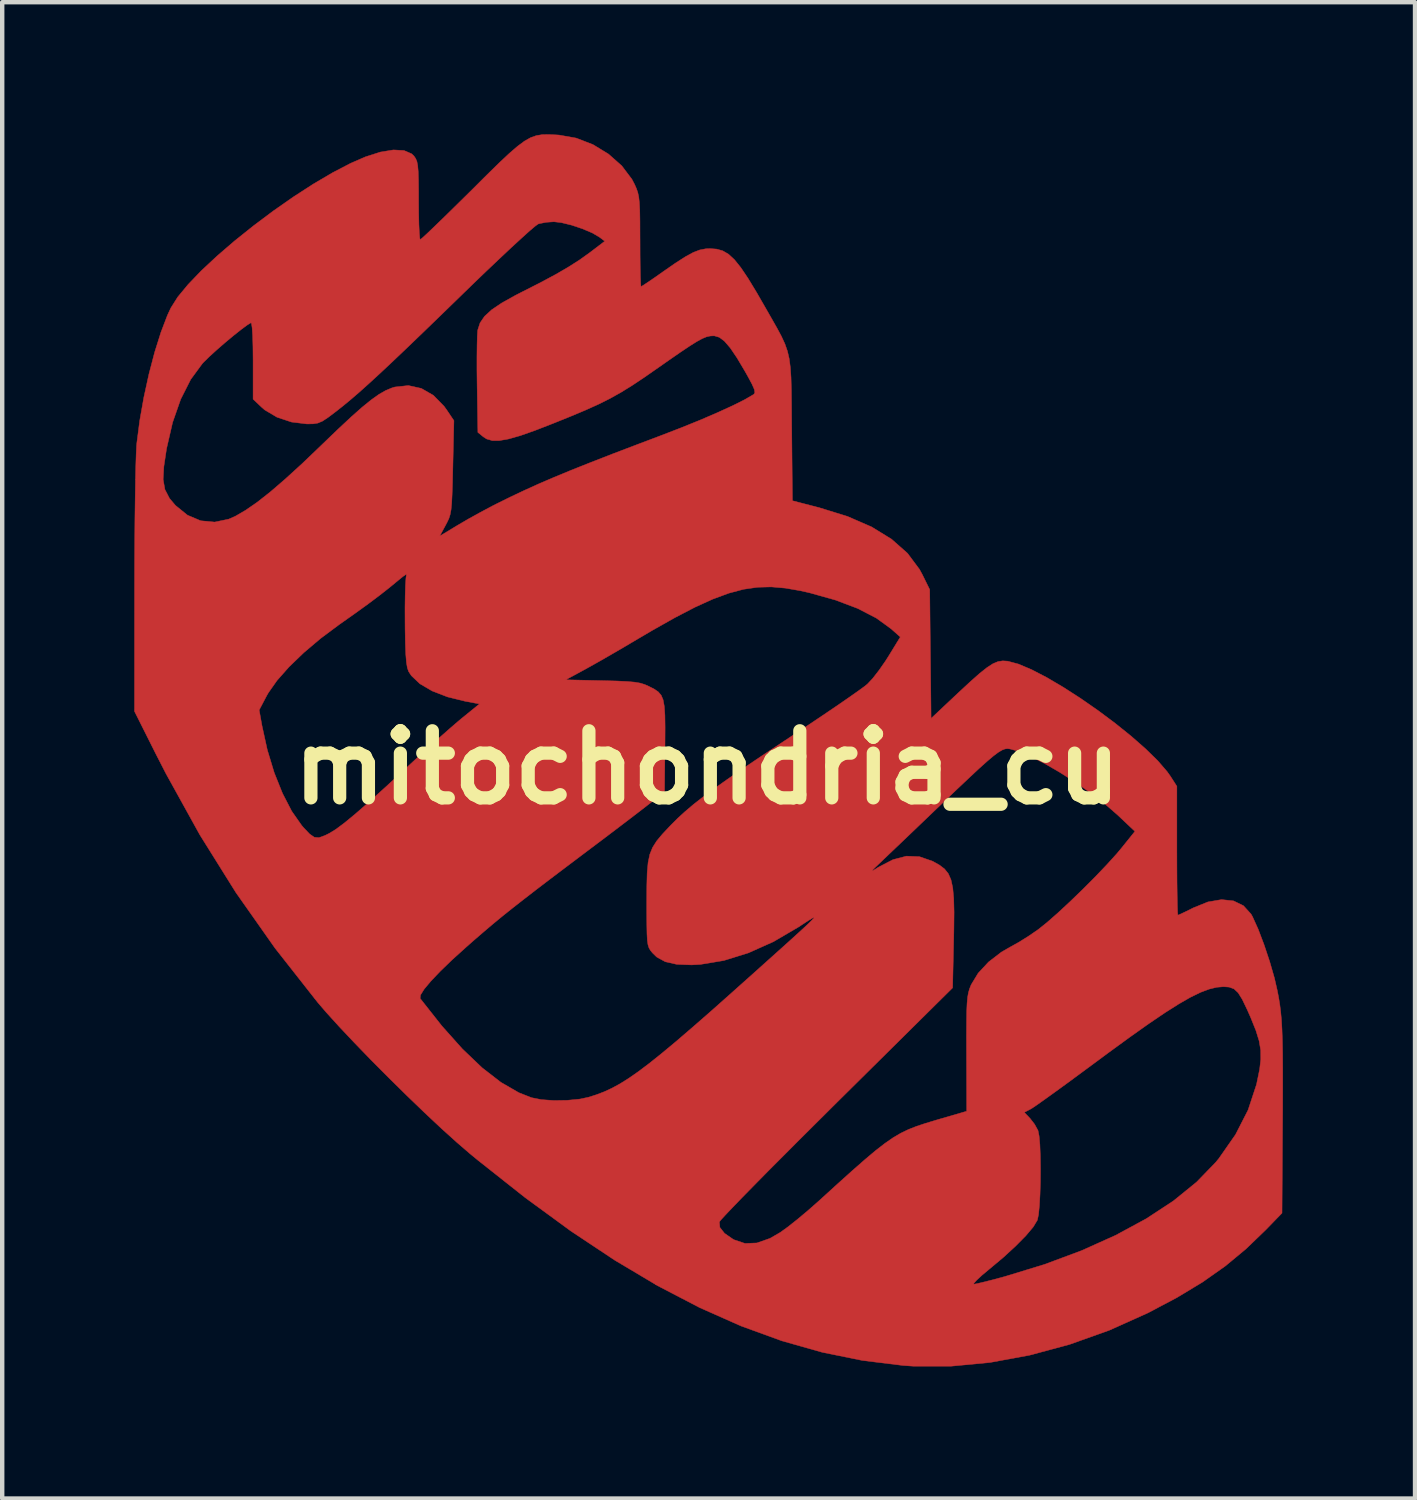
<source format=kicad_pcb>
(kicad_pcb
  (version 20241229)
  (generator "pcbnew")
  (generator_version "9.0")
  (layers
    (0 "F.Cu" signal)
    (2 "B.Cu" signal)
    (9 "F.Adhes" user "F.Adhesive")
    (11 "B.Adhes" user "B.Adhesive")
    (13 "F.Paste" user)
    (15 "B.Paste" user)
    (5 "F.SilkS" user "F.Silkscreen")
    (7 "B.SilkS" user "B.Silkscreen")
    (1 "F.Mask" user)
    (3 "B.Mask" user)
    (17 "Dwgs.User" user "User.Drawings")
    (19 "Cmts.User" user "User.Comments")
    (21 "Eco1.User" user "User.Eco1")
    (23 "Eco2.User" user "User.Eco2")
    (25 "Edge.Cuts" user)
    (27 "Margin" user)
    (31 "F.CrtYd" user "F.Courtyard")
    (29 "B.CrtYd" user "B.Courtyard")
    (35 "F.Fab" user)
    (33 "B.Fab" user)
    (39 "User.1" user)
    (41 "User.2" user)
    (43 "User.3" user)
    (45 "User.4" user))
  (footprint "mitochondria_cu"
    (layer "F.Cu")
    (at 13.01 14.381)
    (property "Reference" "mitochondria_cu" (at 0 0 0) (layer "F.SilkS") (effects (font (size 1.524 1.524) (thickness 0.3))))
    (attr through_hole)
    (fp_poly (pts (xy -3.432 -14.368) (xy -3.365 -14.364) (xy -2.974 -14.295) (xy -2.592 -14.147) (xy -2.241 -13.933) (xy -1.939 -13.666) (xy -1.709 -13.361) (xy -1.648 -13.244) (xy -1.606 -13.149) (xy -1.575 -13.059) (xy -1.553 -12.957) (xy -1.539 -12.827) (xy -1.53 -12.651) (xy -1.526 -12.413) (xy -1.525 -12.096) (xy -1.524 -11.951) (xy -1.523 -11.64) (xy -1.52 -11.367) (xy -1.516 -11.146) (xy -1.51 -10.994) (xy -1.503 -10.925) (xy -1.501 -10.922) (xy -1.453 -10.95) (xy -1.34 -11.025) (xy -1.179 -11.135) (xy -1.006 -11.257) (xy -0.718 -11.457) (xy -0.493 -11.601) (xy -0.315 -11.698) (xy -0.166 -11.755) (xy -0.03 -11.781) (xy 0.061 -11.785) (xy 0.216 -11.774) (xy 0.354 -11.735) (xy 0.486 -11.658) (xy 0.619 -11.535) (xy 0.764 -11.355) (xy 0.929 -11.11) (xy 1.123 -10.79) (xy 1.294 -10.493) (xy 1.455 -10.212) (xy 1.585 -9.983) (xy 1.688 -9.791) (xy 1.766 -9.621) (xy 1.823 -9.458) (xy 1.863 -9.287) (xy 1.889 -9.093) (xy 1.905 -8.861) (xy 1.913 -8.575) (xy 1.917 -8.22) (xy 1.92 -7.782) (xy 1.921 -7.691) (xy 1.937 -6.059) (xy 2.547 -5.901) (xy 3.187 -5.703) (xy 3.734 -5.465) (xy 4.188 -5.186) (xy 4.551 -4.865) (xy 4.821 -4.503) (xy 4.889 -4.378) (xy 5.055 -4.041) (xy 5.086 -1.115) (xy 5.695 -1.688) (xy 5.97 -1.943) (xy 6.186 -2.135) (xy 6.356 -2.27) (xy 6.492 -2.358) (xy 6.607 -2.406) (xy 6.714 -2.422) (xy 6.825 -2.415) (xy 6.833 -2.413) (xy 7.072 -2.349) (xy 7.371 -2.222) (xy 7.714 -2.044) (xy 8.089 -1.823) (xy 8.482 -1.57) (xy 8.879 -1.294) (xy 9.266 -1.005) (xy 9.63 -0.712) (xy 9.957 -0.425) (xy 10.234 -0.154) (xy 10.446 0.092) (xy 10.523 0.2) (xy 10.668 0.426) (xy 10.668 1.89) (xy 10.669 2.263) (xy 10.671 2.602) (xy 10.675 2.892) (xy 10.679 3.122) (xy 10.684 3.279) (xy 10.69 3.35) (xy 10.692 3.353) (xy 10.746 3.331) (xy 10.865 3.275) (xy 11.024 3.196) (xy 11.035 3.19) (xy 11.373 3.053) (xy 11.683 3) (xy 11.955 3.029) (xy 12.181 3.139) (xy 12.353 3.329) (xy 12.387 3.389) (xy 12.516 3.675) (xy 12.649 4.026) (xy 12.775 4.404) (xy 12.882 4.775) (xy 12.947 5.057) (xy 12.979 5.221) (xy 13.005 5.38) (xy 13.026 5.546) (xy 13.043 5.728) (xy 13.055 5.937) (xy 13.064 6.185) (xy 13.07 6.482) (xy 13.072 6.839) (xy 13.072 7.267) (xy 13.071 7.776) (xy 13.067 8.299) (xy 13.056 10.12) (xy 12.687 10.5) (xy 12.238 10.933) (xy 11.765 11.325) (xy 11.25 11.688) (xy 10.672 12.037) (xy 10.014 12.385) (xy 10.006 12.389) (xy 9.131 12.782) (xy 8.233 13.102) (xy 7.325 13.347) (xy 6.423 13.513) (xy 5.539 13.597) (xy 4.687 13.597) (xy 4.445 13.58) (xy 3.528 13.467) (xy 2.613 13.281) (xy 1.696 13.021) (xy 0.77 12.684) (xy -0.167 12.268) (xy -1.122 11.771) (xy -1.182 11.735) (xy 6.057 11.735) (xy 6.131 11.722) (xy 6.282 11.686) (xy 6.489 11.634) (xy 6.73 11.569) (xy 6.76 11.561) (xy 7.666 11.284) (xy 8.508 10.97) (xy 9.279 10.623) (xy 9.975 10.246) (xy 10.589 9.843) (xy 11.115 9.416) (xy 11.548 8.969) (xy 11.62 8.882) (xy 12 8.337) (xy 12.285 7.78) (xy 12.477 7.198) (xy 12.548 6.853) (xy 12.574 6.628) (xy 12.572 6.421) (xy 12.537 6.211) (xy 12.463 5.972) (xy 12.346 5.681) (xy 12.265 5.498) (xy 12.154 5.267) (xy 12.06 5.116) (xy 11.966 5.028) (xy 11.856 4.987) (xy 11.727 4.978) (xy 11.572 4.991) (xy 11.401 5.033) (xy 11.204 5.107) (xy 10.976 5.218) (xy 10.71 5.371) (xy 10.397 5.569) (xy 10.031 5.817) (xy 9.605 6.119) (xy 9.111 6.479) (xy 8.833 6.685) (xy 8.504 6.928) (xy 8.196 7.155) (xy 7.918 7.357) (xy 7.683 7.526) (xy 7.501 7.655) (xy 7.383 7.735) (xy 7.348 7.756) (xy 7.203 7.832) (xy 7.332 7.967) (xy 7.437 8.102) (xy 7.513 8.241) (xy 7.515 8.246) (xy 7.539 8.366) (xy 7.557 8.564) (xy 7.567 8.818) (xy 7.571 9.107) (xy 7.569 9.407) (xy 7.56 9.696) (xy 7.546 9.952) (xy 7.526 10.154) (xy 7.5 10.278) (xy 7.497 10.284) (xy 7.405 10.436) (xy 7.238 10.634) (xy 7.007 10.868) (xy 6.724 11.128) (xy 6.406 11.394) (xy 6.242 11.531) (xy 6.122 11.642) (xy 6.058 11.714) (xy 6.057 11.735) (xy -1.182 11.735) (xy -2.098 11.19) (xy -3.1 10.524) (xy -3.378 10.32) (xy 0.277 10.32) (xy 0.289 10.445) (xy 0.395 10.579) (xy 0.591 10.715) (xy 0.61 10.725) (xy 0.86 10.809) (xy 1.131 10.798) (xy 1.429 10.693) (xy 1.662 10.558) (xy 1.831 10.436) (xy 2.047 10.265) (xy 2.285 10.066) (xy 2.519 9.86) (xy 2.558 9.825) (xy 2.961 9.458) (xy 3.3 9.153) (xy 3.585 8.903) (xy 3.826 8.7) (xy 4.035 8.538) (xy 4.221 8.409) (xy 4.396 8.306) (xy 4.569 8.222) (xy 4.751 8.15) (xy 4.953 8.083) (xy 5.184 8.013) (xy 5.235 7.998) (xy 5.895 7.806) (xy 5.891 6.497) (xy 5.89 6.095) (xy 5.892 5.78) (xy 5.895 5.54) (xy 5.903 5.359) (xy 5.915 5.223) (xy 5.933 5.119) (xy 5.957 5.033) (xy 5.989 4.951) (xy 5.997 4.932) (xy 6.155 4.671) (xy 6.391 4.417) (xy 6.683 4.192) (xy 6.89 4.073) (xy 7.086 3.964) (xy 7.312 3.822) (xy 7.518 3.68) (xy 7.717 3.521) (xy 7.964 3.304) (xy 8.242 3.046) (xy 8.534 2.764) (xy 8.82 2.477) (xy 9.082 2.202) (xy 9.304 1.957) (xy 9.41 1.83) (xy 9.716 1.45) (xy 9.324 1.08) (xy 9.042 0.834) (xy 8.717 0.583) (xy 8.366 0.337) (xy 8.007 0.108) (xy 7.658 -0.094) (xy 7.335 -0.257) (xy 7.056 -0.373) (xy 6.877 -0.422) (xy 6.822 -0.429) (xy 6.765 -0.422) (xy 6.699 -0.397) (xy 6.615 -0.347) (xy 6.506 -0.266) (xy 6.365 -0.147) (xy 6.184 0.015) (xy 5.956 0.228) (xy 5.672 0.496) (xy 5.325 0.827) (xy 5.188 0.958) (xy 4.909 1.225) (xy 4.641 1.482) (xy 4.396 1.716) (xy 4.187 1.915) (xy 4.027 2.068) (xy 3.937 2.154) (xy 3.806 2.279) (xy 3.746 2.341) (xy 3.753 2.348) (xy 3.824 2.306) (xy 3.886 2.266) (xy 4.219 2.093) (xy 4.527 2.013) (xy 4.823 2.025) (xy 5.119 2.128) (xy 5.131 2.134) (xy 5.277 2.216) (xy 5.391 2.303) (xy 5.477 2.41) (xy 5.538 2.549) (xy 5.578 2.732) (xy 5.6 2.972) (xy 5.608 3.283) (xy 5.604 3.676) (xy 5.6 3.886) (xy 5.575 5.004) (xy 2.942 7.611) (xy 2.512 8.039) (xy 2.102 8.447) (xy 1.72 8.83) (xy 1.369 9.182) (xy 1.058 9.498) (xy 0.79 9.771) (xy 0.573 9.996) (xy 0.411 10.167) (xy 0.31 10.277) (xy 0.277 10.32) (xy -3.378 10.32) (xy -4.132 9.769) (xy -5.2 8.924) (xy -5.385 8.772) (xy -5.683 8.515) (xy -6.031 8.201) (xy -6.414 7.842) (xy -6.818 7.453) (xy -7.229 7.048) (xy -7.632 6.643) (xy -8.013 6.249) (xy -8.358 5.883) (xy -8.653 5.558) (xy -8.845 5.334) (xy -8.916 5.244) (xy -6.519 5.244) (xy -6.517 5.246) (xy -6.027 5.867) (xy -5.559 6.391) (xy -5.112 6.818) (xy -4.685 7.149) (xy -4.277 7.385) (xy -3.99 7.498) (xy -3.765 7.543) (xy -3.48 7.563) (xy -3.175 7.558) (xy -2.888 7.53) (xy -2.689 7.487) (xy -2.511 7.43) (xy -2.338 7.364) (xy -2.163 7.283) (xy -1.979 7.183) (xy -1.78 7.058) (xy -1.56 6.905) (xy -1.311 6.717) (xy -1.028 6.49) (xy -0.703 6.22) (xy -0.331 5.9) (xy 0.096 5.527) (xy 0.583 5.094) (xy 1.137 4.599) (xy 1.199 4.543) (xy 1.567 4.213) (xy 1.864 3.946) (xy 2.093 3.738) (xy 2.26 3.584) (xy 2.368 3.48) (xy 2.423 3.422) (xy 2.427 3.404) (xy 2.386 3.423) (xy 2.303 3.473) (xy 2.184 3.551) (xy 2.068 3.627) (xy 1.506 3.956) (xy 0.938 4.21) (xy 0.378 4.384) (xy -0.159 4.473) (xy -0.356 4.483) (xy -0.692 4.47) (xy -0.951 4.411) (xy -1.146 4.304) (xy -1.243 4.209) (xy -1.287 4.154) (xy -1.32 4.099) (xy -1.343 4.028) (xy -1.358 3.927) (xy -1.366 3.779) (xy -1.37 3.57) (xy -1.372 3.283) (xy -1.372 3.067) (xy -1.37 2.687) (xy -1.362 2.39) (xy -1.341 2.158) (xy -1.302 1.972) (xy -1.239 1.816) (xy -1.146 1.669) (xy -1.018 1.515) (xy -0.848 1.334) (xy -0.818 1.303) (xy -0.668 1.153) (xy -0.504 1.003) (xy -0.318 0.845) (xy -0.101 0.674) (xy 0.157 0.483) (xy 0.463 0.266) (xy 0.826 0.016) (xy 1.255 -0.273) (xy 1.76 -0.607) (xy 1.935 -0.723) (xy 2.294 -0.961) (xy 2.634 -1.189) (xy 2.944 -1.399) (xy 3.212 -1.584) (xy 3.427 -1.735) (xy 3.577 -1.844) (xy 3.642 -1.897) (xy 3.76 -2.023) (xy 3.903 -2.207) (xy 4.05 -2.418) (xy 4.117 -2.523) (xy 4.387 -2.964) (xy 4.179 -3.149) (xy 3.845 -3.392) (xy 3.42 -3.612) (xy 2.912 -3.804) (xy 2.33 -3.967) (xy 2.118 -4.015) (xy 1.779 -4.074) (xy 1.459 -4.102) (xy 1.145 -4.094) (xy 0.827 -4.048) (xy 0.492 -3.959) (xy 0.129 -3.825) (xy -0.274 -3.642) (xy -0.728 -3.406) (xy -1.245 -3.115) (xy -1.573 -2.922) (xy -1.865 -2.749) (xy -2.162 -2.576) (xy -2.44 -2.416) (xy -2.673 -2.285) (xy -2.787 -2.222) (xy -3.212 -1.992) (xy -2.381 -1.973) (xy -2.061 -1.965) (xy -1.824 -1.954) (xy -1.651 -1.939) (xy -1.521 -1.917) (xy -1.417 -1.885) (xy -1.321 -1.842) (xy -1.201 -1.781) (xy -1.111 -1.719) (xy -1.045 -1.643) (xy -1 -1.538) (xy -0.973 -1.391) (xy -0.959 -1.187) (xy -0.955 -0.912) (xy -0.957 -0.552) (xy -0.958 -0.483) (xy -0.968 0.533) (xy -1.132 0.679) (xy -1.21 0.743) (xy -1.36 0.86) (xy -1.569 1.022) (xy -1.828 1.22) (xy -2.125 1.446) (xy -2.451 1.692) (xy -2.718 1.893) (xy -3.181 2.242) (xy -3.574 2.539) (xy -3.907 2.793) (xy -4.192 3.014) (xy -4.441 3.209) (xy -4.663 3.387) (xy -4.87 3.558) (xy -5.074 3.731) (xy -5.285 3.913) (xy -5.471 4.077) (xy -5.792 4.367) (xy -6.062 4.628) (xy -6.276 4.853) (xy -6.427 5.034) (xy -6.51 5.167) (xy -6.519 5.244) (xy -8.916 5.244) (xy -9.813 4.103) (xy -10.702 2.84) (xy -11.523 1.526) (xy -12.289 0.142) (xy -12.526 -0.32) (xy -13.005 -1.275) (xy -13.005 -1.306) (xy -10.174 -1.306) (xy -10.109 -0.945) (xy -9.989 -0.399) (xy -9.832 0.118) (xy -9.644 0.587) (xy -9.434 0.993) (xy -9.207 1.317) (xy -9.166 1.365) (xy -9.028 1.51) (xy -8.922 1.584) (xy -8.816 1.593) (xy -8.68 1.544) (xy -8.577 1.493) (xy -8.434 1.405) (xy -8.239 1.26) (xy -7.988 1.053) (xy -7.677 0.782) (xy -7.303 0.444) (xy -6.898 0.069) (xy -6.618 -0.19) (xy -6.336 -0.448) (xy -6.068 -0.688) (xy -5.832 -0.896) (xy -5.646 -1.056) (xy -5.584 -1.108) (xy -5.17 -1.444) (xy -5.493 -1.504) (xy -5.898 -1.604) (xy -6.246 -1.739) (xy -6.524 -1.902) (xy -6.719 -2.087) (xy -6.78 -2.181) (xy -6.808 -2.26) (xy -6.829 -2.384) (xy -6.844 -2.566) (xy -6.854 -2.819) (xy -6.86 -3.155) (xy -6.861 -3.317) (xy -6.862 -3.628) (xy -6.858 -3.906) (xy -6.851 -4.134) (xy -6.841 -4.296) (xy -6.83 -4.375) (xy -6.828 -4.378) (xy -6.841 -4.385) (xy -6.913 -4.335) (xy -7.013 -4.253) (xy -7.218 -4.084) (xy -7.44 -3.91) (xy -7.694 -3.719) (xy -8 -3.498) (xy -8.357 -3.246) (xy -8.777 -2.933) (xy -9.161 -2.608) (xy -9.496 -2.285) (xy -9.769 -1.976) (xy -9.966 -1.696) (xy -10.003 -1.631) (xy -10.174 -1.306) (xy -13.005 -1.306) (xy -13.004 -4.079) (xy -13.003 -4.621) (xy -13 -5.146) (xy -12.996 -5.644) (xy -12.99 -6.102) (xy -12.983 -6.509) (xy -12.983 -6.544) (xy -12.355 -6.544) (xy -12.315 -6.315) (xy -12.211 -6.113) (xy -12.075 -5.952) (xy -11.802 -5.731) (xy -11.502 -5.604) (xy -11.186 -5.574) (xy -10.865 -5.641) (xy -10.717 -5.706) (xy -10.48 -5.844) (xy -10.217 -6.026) (xy -9.921 -6.259) (xy -9.583 -6.55) (xy -9.195 -6.904) (xy -8.75 -7.33) (xy -8.739 -7.341) (xy -8.381 -7.685) (xy -8.083 -7.963) (xy -7.836 -8.182) (xy -7.63 -8.349) (xy -7.456 -8.473) (xy -7.303 -8.561) (xy -7.163 -8.62) (xy -7.091 -8.642) (xy -6.785 -8.675) (xy -6.491 -8.61) (xy -6.218 -8.453) (xy -5.975 -8.205) (xy -5.911 -8.116) (xy -5.751 -7.878) (xy -5.775 -6.822) (xy -5.783 -6.468) (xy -5.792 -6.199) (xy -5.802 -5.999) (xy -5.816 -5.853) (xy -5.837 -5.743) (xy -5.865 -5.655) (xy -5.904 -5.572) (xy -5.936 -5.511) (xy -6.074 -5.256) (xy -5.666 -5.502) (xy -5.43 -5.64) (xy -5.15 -5.795) (xy -4.874 -5.942) (xy -4.775 -5.992) (xy -4.468 -6.144) (xy -4.157 -6.291) (xy -3.831 -6.439) (xy -3.477 -6.591) (xy -3.083 -6.754) (xy -2.638 -6.931) (xy -2.13 -7.129) (xy -1.546 -7.351) (xy -1.067 -7.532) (xy -0.598 -7.713) (xy -0.158 -7.891) (xy 0.241 -8.063) (xy 0.584 -8.22) (xy 0.859 -8.358) (xy 1.051 -8.47) (xy 1.061 -8.476) (xy 1.084 -8.514) (xy 1.072 -8.587) (xy 1.018 -8.709) (xy 0.918 -8.895) (xy 0.862 -8.994) (xy 0.678 -9.304) (xy 0.525 -9.53) (xy 0.394 -9.682) (xy 0.278 -9.77) (xy 0.168 -9.803) (xy 0.145 -9.804) (xy 0.067 -9.8) (xy -0.013 -9.782) (xy -0.108 -9.743) (xy -0.23 -9.677) (xy -0.39 -9.577) (xy -0.601 -9.436) (xy -0.874 -9.247) (xy -1.1 -9.089) (xy -1.426 -8.862) (xy -1.705 -8.676) (xy -1.958 -8.52) (xy -2.204 -8.382) (xy -2.466 -8.251) (xy -2.763 -8.117) (xy -3.116 -7.969) (xy -3.488 -7.819) (xy -3.904 -7.657) (xy -4.241 -7.538) (xy -4.509 -7.462) (xy -4.719 -7.425) (xy -4.881 -7.425) (xy -5.006 -7.461) (xy -5.08 -7.508) (xy -5.207 -7.611) (xy -5.224 -8.688) (xy -5.228 -9.02) (xy -5.228 -9.328) (xy -5.225 -9.592) (xy -5.22 -9.796) (xy -5.212 -9.921) (xy -5.209 -9.939) (xy -5.157 -10.098) (xy -5.056 -10.246) (xy -4.896 -10.394) (xy -4.665 -10.55) (xy -4.353 -10.724) (xy -4.195 -10.805) (xy -3.777 -11.017) (xy -3.435 -11.201) (xy -3.148 -11.368) (xy -2.897 -11.528) (xy -2.665 -11.694) (xy -2.623 -11.726) (xy -2.324 -11.954) (xy -2.445 -12.045) (xy -2.606 -12.14) (xy -2.83 -12.235) (xy -3.077 -12.318) (xy -3.31 -12.375) (xy -3.479 -12.395) (xy -3.654 -12.383) (xy -3.808 -12.353) (xy -3.838 -12.344) (xy -3.902 -12.298) (xy -4.031 -12.189) (xy -4.215 -12.023) (xy -4.447 -11.81) (xy -4.718 -11.555) (xy -5.021 -11.268) (xy -5.346 -10.955) (xy -5.53 -10.776) (xy -6.03 -10.29) (xy -6.465 -9.869) (xy -6.842 -9.507) (xy -7.167 -9.198) (xy -7.448 -8.935) (xy -7.691 -8.712) (xy -7.902 -8.523) (xy -8.09 -8.361) (xy -8.26 -8.22) (xy -8.419 -8.094) (xy -8.427 -8.088) (xy -8.607 -7.952) (xy -8.736 -7.867) (xy -8.842 -7.822) (xy -8.951 -7.805) (xy -9.091 -7.803) (xy -9.44 -7.846) (xy -9.77 -7.956) (xy -10.049 -8.122) (xy -10.12 -8.184) (xy -10.312 -8.366) (xy -10.312 -9.242) (xy -10.315 -9.554) (xy -10.322 -9.806) (xy -10.334 -9.988) (xy -10.349 -10.086) (xy -10.36 -10.101) (xy -10.443 -10.051) (xy -10.581 -9.949) (xy -10.756 -9.81) (xy -10.948 -9.65) (xy -11.138 -9.485) (xy -11.307 -9.331) (xy -11.436 -9.204) (xy -11.463 -9.176) (xy -11.729 -8.813) (xy -11.956 -8.364) (xy -12.14 -7.838) (xy -12.277 -7.244) (xy -12.339 -6.833) (xy -12.355 -6.544) (xy -12.983 -6.544) (xy -12.976 -6.854) (xy -12.967 -7.125) (xy -12.958 -7.311) (xy -12.953 -7.366) (xy -12.887 -7.877) (xy -12.793 -8.407) (xy -12.678 -8.933) (xy -12.547 -9.433) (xy -12.404 -9.887) (xy -12.257 -10.272) (xy -12.179 -10.439) (xy -12.023 -10.686) (xy -11.788 -10.97) (xy -11.487 -11.284) (xy -11.131 -11.616) (xy -10.733 -11.959) (xy -10.303 -12.303) (xy -9.854 -12.64) (xy -9.397 -12.959) (xy -8.944 -13.252) (xy -8.507 -13.509) (xy -8.098 -13.722) (xy -7.761 -13.869) (xy -7.42 -13.978) (xy -7.125 -14.026) (xy -6.884 -14.013) (xy -6.711 -13.938) (xy -6.658 -13.887) (xy -6.62 -13.831) (xy -6.592 -13.766) (xy -6.574 -13.674) (xy -6.562 -13.539) (xy -6.556 -13.346) (xy -6.553 -13.077) (xy -6.553 -12.871) (xy -6.551 -12.584) (xy -6.546 -12.337) (xy -6.537 -12.144) (xy -6.527 -12.023) (xy -6.517 -11.989) (xy -6.473 -12.023) (xy -6.366 -12.121) (xy -6.206 -12.274) (xy -6 -12.473) (xy -5.758 -12.71) (xy -5.489 -12.975) (xy -5.335 -13.127) (xy -4.997 -13.464) (xy -4.72 -13.735) (xy -4.493 -13.948) (xy -4.306 -14.109) (xy -4.149 -14.226) (xy -4.011 -14.304) (xy -3.881 -14.351) (xy -3.748 -14.373) (xy -3.602 -14.376) (xy -3.432 -14.368)) (stroke (width 0.01) (type solid)) (fill yes) (layer "F.Cu")))
  (gr_rect
    (start -3 -3)
    (end 29.087 30.983)
    (stroke (width 0.1) (type default))
    (fill no)
    (layer "Edge.Cuts")))
</source>
